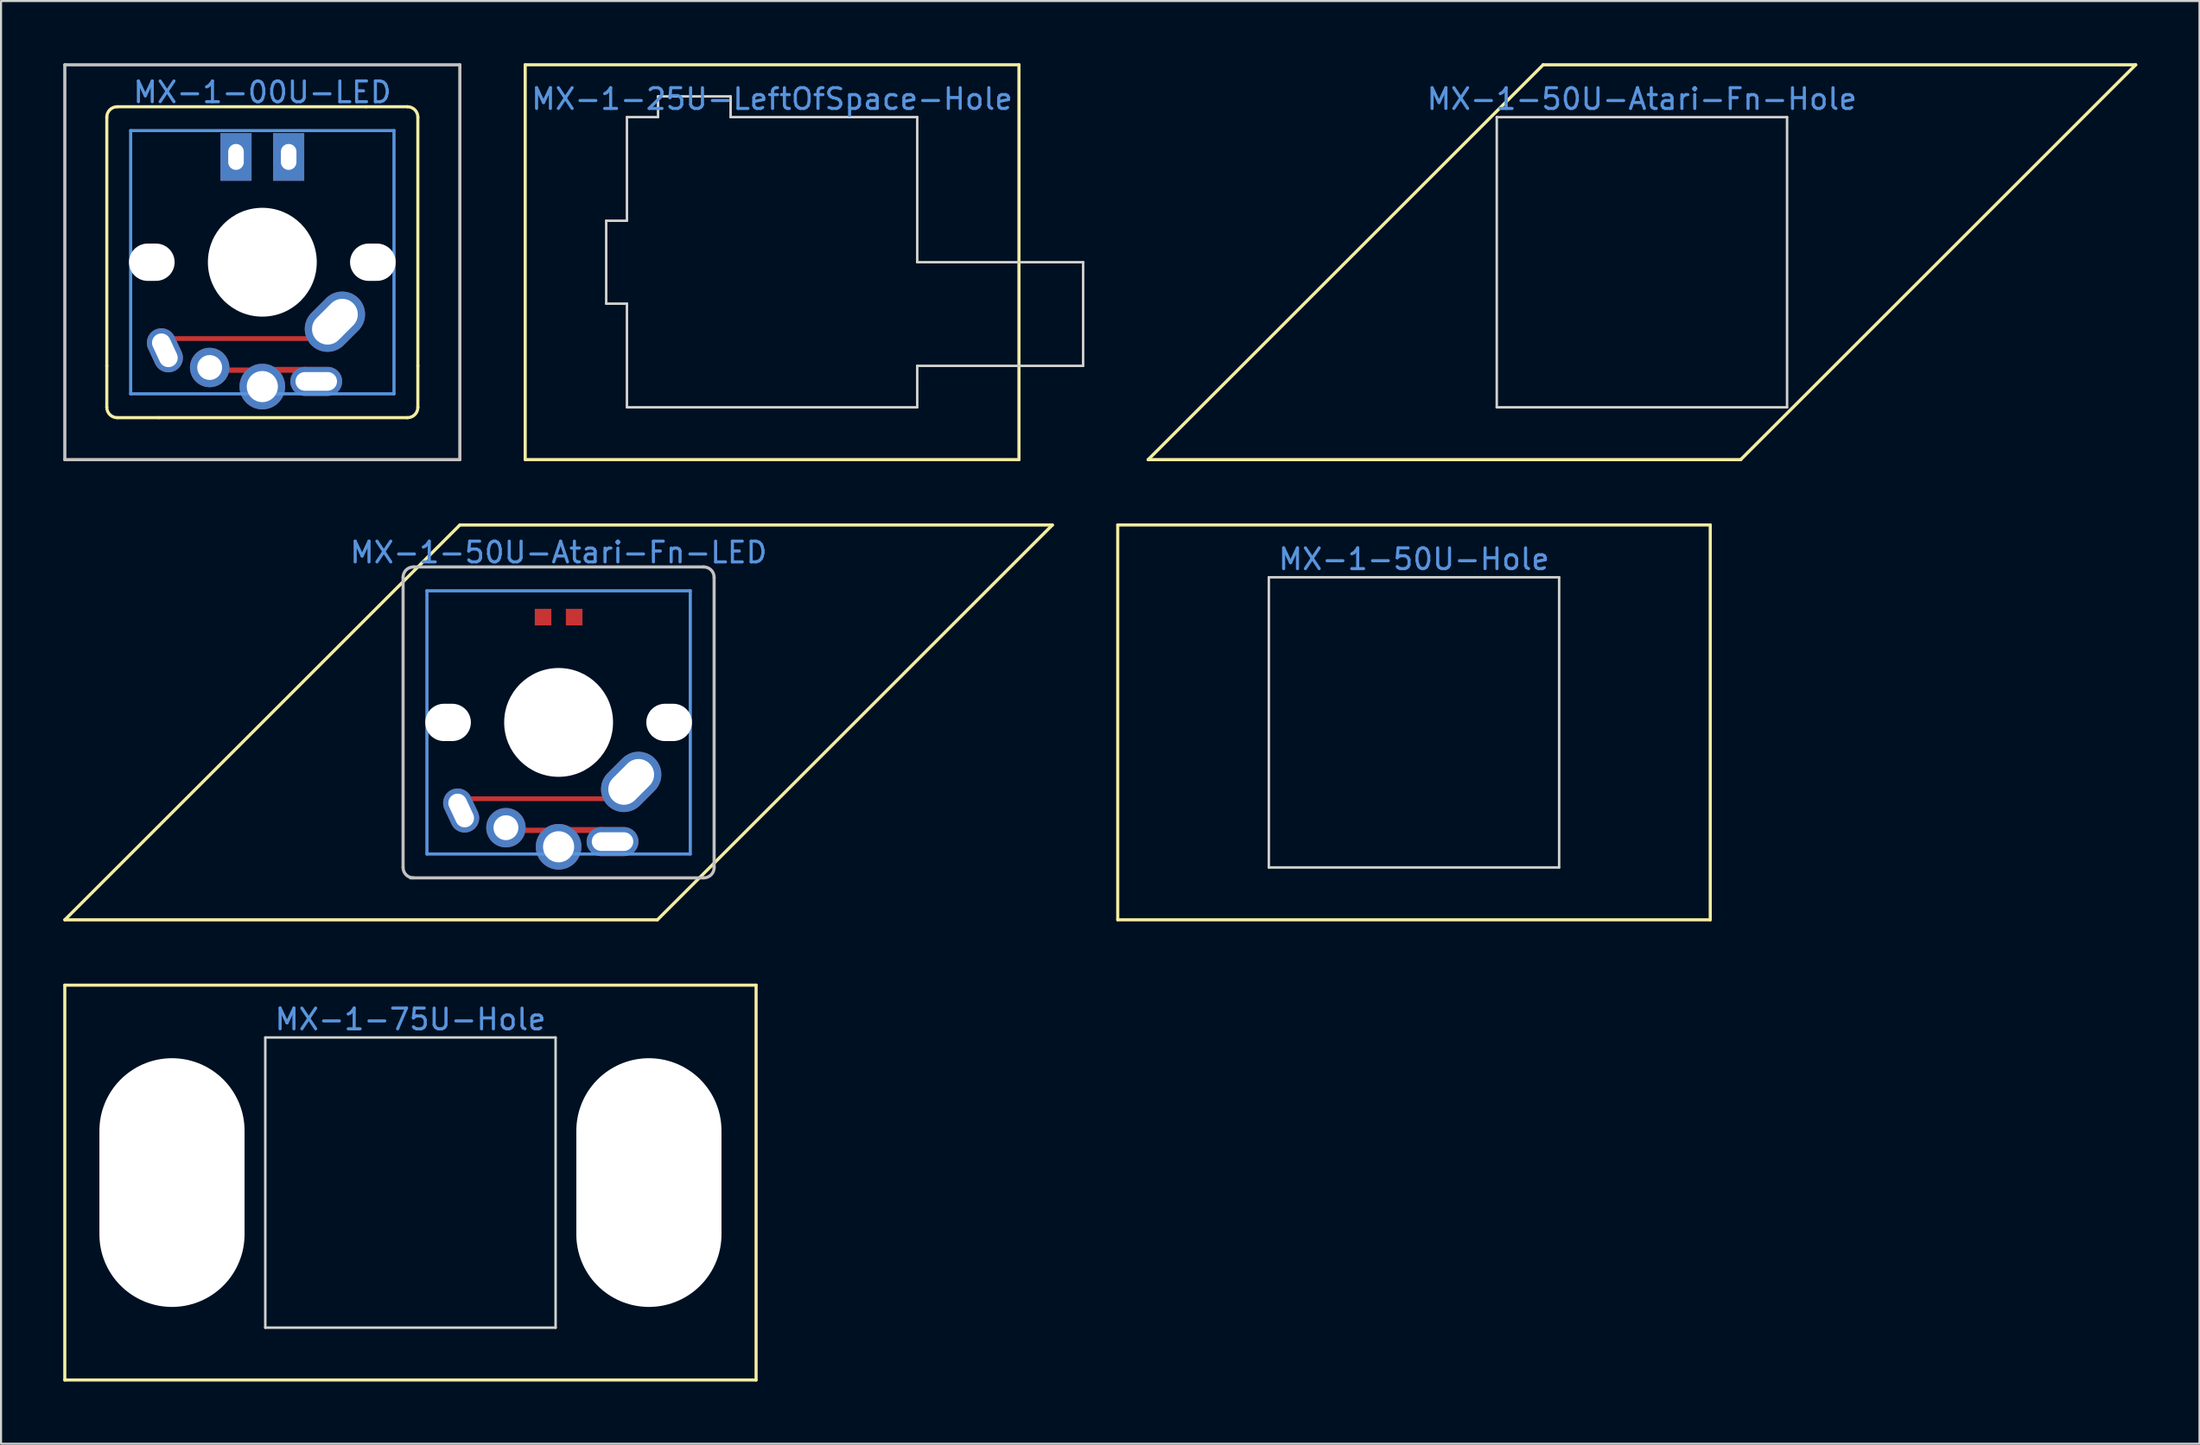
<source format=kicad_pcb>
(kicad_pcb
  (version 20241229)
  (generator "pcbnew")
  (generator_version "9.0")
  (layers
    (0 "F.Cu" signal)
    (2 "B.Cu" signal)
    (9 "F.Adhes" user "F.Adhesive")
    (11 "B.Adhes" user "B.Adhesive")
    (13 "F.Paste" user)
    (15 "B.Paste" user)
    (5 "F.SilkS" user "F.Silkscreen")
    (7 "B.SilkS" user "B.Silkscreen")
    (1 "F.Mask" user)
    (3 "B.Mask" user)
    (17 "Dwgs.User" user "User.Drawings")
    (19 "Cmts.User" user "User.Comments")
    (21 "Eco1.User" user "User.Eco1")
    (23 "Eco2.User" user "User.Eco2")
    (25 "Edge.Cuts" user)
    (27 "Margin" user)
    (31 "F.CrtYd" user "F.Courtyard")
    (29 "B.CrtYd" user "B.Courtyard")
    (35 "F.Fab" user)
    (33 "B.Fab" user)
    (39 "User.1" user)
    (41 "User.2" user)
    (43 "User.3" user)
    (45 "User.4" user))
  (footprint "MX-1-50U-Atari-Fn-LED"
    (layer "F.Cu")
    (at 23.889 31.804)
    (property "Reference" "MX-1-50U-Atari-Fn-LED" (at 0 -8.2 0) (layer "Cmts.User") (effects (font (size 1 1) (thickness 0.15))))
    (attr through_hole)
    (fp_line (start -23.812 9.525) (end -4.763 -9.525) (stroke (width 0.152) (type solid)) (layer "F.SilkS"))
    (fp_line (start -4.763 -9.525) (end 23.812 -9.525) (stroke (width 0.152) (type solid)) (layer "F.SilkS"))
    (fp_line (start 4.763 9.525) (end -23.812 9.525) (stroke (width 0.152) (type solid)) (layer "F.SilkS"))
    (fp_line (start 23.812 -9.525) (end 4.763 9.525) (stroke (width 0.152) (type solid)) (layer "F.SilkS"))
    (fp_line (start -7.5 -7) (end -7.5 7) (stroke (width 0.15) (type solid)) (layer "Dwgs.User"))
    (fp_line (start -7 -7.5) (end 7 -7.5) (stroke (width 0.15) (type solid)) (layer "Dwgs.User"))
    (fp_line (start 7 7.5) (end -7.144 7.5) (stroke (width 0.15) (type solid)) (layer "Dwgs.User"))
    (fp_line (start 7.5 -7) (end 7.5 7) (stroke (width 0.15) (type solid)) (layer "Dwgs.User"))
    (fp_arc (start -7.5 -7) (mid -7.353553 -7.353553) (end -7 -7.5) (stroke (width 0.15) (type solid)) (layer "Dwgs.User"))
    (fp_arc (start -7 7.5) (mid -7.353553 7.353553) (end -7.5 7) (stroke (width 0.15) (type solid)) (layer "Dwgs.User"))
    (fp_arc (start 7 -7.5) (mid 7.353553 -7.353553) (end 7.5 -7) (stroke (width 0.15) (type solid)) (layer "Dwgs.User"))
    (fp_arc (start 7.5 7) (mid 7.353553 7.353553) (end 7 7.5) (stroke (width 0.15) (type solid)) (layer "Dwgs.User"))
    (fp_line (start -6.35 -6.35) (end 6.35 -6.35) (stroke (width 0.152) (type solid)) (layer "Cmts.User"))
    (fp_line (start -6.35 6.35) (end -6.35 -6.35) (stroke (width 0.152) (type solid)) (layer "Cmts.User"))
    (fp_line (start 6.35 -6.35) (end 6.35 6.35) (stroke (width 0.152) (type solid)) (layer "Cmts.User"))
    (fp_line (start 6.35 6.35) (end -6.35 6.35) (stroke (width 0.152) (type solid)) (layer "Cmts.User"))
    (fp_line (start -7.798 -6.005) (end -6.985 -6.005) (stroke (width 0.152) (type solid)) (layer "Eco2.User"))
    (fp_line (start -7.798 -2.504) (end -7.798 -6.005) (stroke (width 0.152) (type solid)) (layer "Eco2.User"))
    (fp_line (start -7.798 2.504) (end -6.985 2.504) (stroke (width 0.152) (type solid)) (layer "Eco2.User"))
    (fp_line (start -7.798 6.005) (end -7.798 2.504) (stroke (width 0.152) (type solid)) (layer "Eco2.User"))
    (fp_line (start -6.985 -6.985) (end 6.985 -6.985) (stroke (width 0.152) (type solid)) (layer "Eco2.User"))
    (fp_line (start -6.985 -6.005) (end -6.985 -6.985) (stroke (width 0.152) (type solid)) (layer "Eco2.User"))
    (fp_line (start -6.985 -2.504) (end -7.798 -2.504) (stroke (width 0.152) (type solid)) (layer "Eco2.User"))
    (fp_line (start -6.985 2.504) (end -6.985 -2.504) (stroke (width 0.152) (type solid)) (layer "Eco2.User"))
    (fp_line (start -6.985 6.005) (end -7.798 6.005) (stroke (width 0.152) (type solid)) (layer "Eco2.User"))
    (fp_line (start -6.985 6.985) (end -6.985 6.005) (stroke (width 0.152) (type solid)) (layer "Eco2.User"))
    (fp_line (start 6.985 -6.985) (end 6.985 -6.005) (stroke (width 0.152) (type solid)) (layer "Eco2.User"))
    (fp_line (start 6.985 -6.005) (end 7.798 -6.005) (stroke (width 0.152) (type solid)) (layer "Eco2.User"))
    (fp_line (start 6.985 -2.504) (end 6.985 2.504) (stroke (width 0.152) (type solid)) (layer "Eco2.User"))
    (fp_line (start 6.985 2.504) (end 7.798 2.504) (stroke (width 0.152) (type solid)) (layer "Eco2.User"))
    (fp_line (start 6.985 6.005) (end 6.985 6.985) (stroke (width 0.152) (type solid)) (layer "Eco2.User"))
    (fp_line (start 6.985 6.985) (end -6.985 6.985) (stroke (width 0.152) (type solid)) (layer "Eco2.User"))
    (fp_line (start 7.798 -6.005) (end 7.798 -2.504) (stroke (width 0.152) (type solid)) (layer "Eco2.User"))
    (fp_line (start 7.798 -2.504) (end 6.985 -2.504) (stroke (width 0.152) (type solid)) (layer "Eco2.User"))
    (fp_line (start 7.798 2.504) (end 7.798 6.005) (stroke (width 0.152) (type solid)) (layer "Eco2.User"))
    (fp_line (start 7.798 6.005) (end 6.985 6.005) (stroke (width 0.152) (type solid)) (layer "Eco2.User"))
    (pad "" np_thru_hole oval (at -5.33 0 270) (size 1.8 2.2) (drill oval 1.8 2.2) (layers "*.Cu" "*.Mask"))
    (pad "" np_thru_hole circle (at 0 0 180) (size 5.25 5.25) (drill 5.25) (layers "*.Cu" "*.Mask"))
    (pad "" np_thru_hole oval (at 5.33 0 270) (size 1.8 2.2) (drill oval 1.8 2.2) (layers "*.Cu" "*.Mask"))
    (pad "1" thru_hole oval (at -4.7 4.25 205) (size 1.4 2.2) (drill oval 0.9 1.7) (layers "*.Cu" "*.Mask"))
    (pad "1" smd rect (at -1.219 3.683 270) (size 0.229 6.833) (layers "F.Cu" "F.Mask" "F.Paste"))
    (pad "1" thru_hole oval (at 3.5 2.87 225) (size 3.2 2.2) (drill oval 2.5 1.5) (layers "*.Cu" "*.Mask"))
    (pad "2" thru_hole circle (at -2.54 5.08 90) (size 1.9 1.9) (drill 1.2) (layers "*.Cu" "*.Mask"))
    (pad "2" smd rect (at -1.27 5.207 270) (size 0.254 1.312) (layers "F.Cu" "F.Mask" "F.Paste"))
    (pad "2" thru_hole circle (at 0 6 90) (size 2.2 2.2) (drill 1.5) (layers "*.Cu" "*.Mask"))
    (pad "2" smd rect (at 1.26 5.192 270) (size 0.284 1.758) (layers "F.Cu" "F.Mask" "F.Paste"))
    (pad "2" thru_hole oval (at 2.6 5.75 270) (size 1.4 2.5) (drill oval 0.9 2) (layers "*.Cu" "*.Mask"))
    (pad "3" smd rect (at 0.75 -5.08 90) (size 0.8 0.8) (layers "F.Cu" "F.Mask" "F.Paste"))
    (pad "4" smd rect (at -0.75 -5.08 90) (size 0.8 0.8) (layers "F.Cu" "F.Mask" "F.Paste")))
  (footprint "MX-1-25U-LeftOfSpace-Hole"
    (layer "F.Cu")
    (at 34.184 9.6)
    (property "Reference" "MX-1-25U-LeftOfSpace-Hole" (at 0 -7.874 0) (layer "Cmts.User") (effects (font (size 1 1) (thickness 0.15))))
    (attr through_hole)
    (fp_line (start -11.906 -9.525) (end 11.906 -9.525) (stroke (width 0.15) (type solid)) (layer "F.SilkS"))
    (fp_line (start -11.906 9.525) (end -11.906 -9.525) (stroke (width 0.15) (type solid)) (layer "F.SilkS"))
    (fp_line (start 11.906 -9.525) (end 11.906 9.525) (stroke (width 0.15) (type solid)) (layer "F.SilkS"))
    (fp_line (start 11.906 9.525) (end -11.906 9.525) (stroke (width 0.15) (type solid)) (layer "F.SilkS"))
    (fp_line (start -8 -2) (end -8 2) (stroke (width 0.12) (type solid)) (layer "Edge.Cuts"))
    (fp_line (start -7 -7) (end -7 -2) (stroke (width 0.12) (type solid)) (layer "Edge.Cuts"))
    (fp_line (start -7 -7) (end -5.5 -7) (stroke (width 0.12) (type solid)) (layer "Edge.Cuts"))
    (fp_line (start -7 -2) (end -8 -2) (stroke (width 0.12) (type solid)) (layer "Edge.Cuts"))
    (fp_line (start -7 2) (end -8 2) (stroke (width 0.12) (type solid)) (layer "Edge.Cuts"))
    (fp_line (start -7 2) (end -7 7) (stroke (width 0.12) (type solid)) (layer "Edge.Cuts"))
    (fp_line (start -7 7) (end 7 7) (stroke (width 0.12) (type solid)) (layer "Edge.Cuts"))
    (fp_line (start -5.5 -8) (end -5.5 -7) (stroke (width 0.12) (type solid)) (layer "Edge.Cuts"))
    (fp_line (start -5.5 -8) (end -2 -8) (stroke (width 0.12) (type solid)) (layer "Edge.Cuts"))
    (fp_line (start -2 -8) (end -2 -7) (stroke (width 0.12) (type solid)) (layer "Edge.Cuts"))
    (fp_line (start -2 -7) (end 7 -7) (stroke (width 0.12) (type solid)) (layer "Edge.Cuts"))
    (fp_line (start 7 -7) (end 7 0) (stroke (width 0.12) (type solid)) (layer "Edge.Cuts"))
    (fp_line (start 7 0) (end 15 0) (stroke (width 0.12) (type solid)) (layer "Edge.Cuts"))
    (fp_line (start 7 5) (end 7 7) (stroke (width 0.12) (type solid)) (layer "Edge.Cuts"))
    (fp_line (start 15 0) (end 15 5) (stroke (width 0.12) (type solid)) (layer "Edge.Cuts"))
    (fp_line (start 15 5) (end 7 5) (stroke (width 0.12) (type solid)) (layer "Edge.Cuts")))
  (footprint "MX-1-00U-LED"
    (layer "F.Cu")
    (at 9.601 9.601)
    (property "Reference" "MX-1-00U-LED" (at 0 -8.2 0) (layer "Cmts.User") (effects (font (size 1 1) (thickness 0.15))))
    (attr through_hole)
    (fp_line (start -7.5 -7) (end -7.5 5) (stroke (width 0.15) (type solid)) (layer "F.SilkS"))
    (fp_line (start -7.5 7) (end -7.5 5) (stroke (width 0.15) (type solid)) (layer "F.SilkS"))
    (fp_line (start -7 -7.5) (end 5 -7.5) (stroke (width 0.15) (type solid)) (layer "F.SilkS"))
    (fp_line (start -7 7.5) (end -5 7.5) (stroke (width 0.15) (type solid)) (layer "F.SilkS"))
    (fp_line (start 7 -7.5) (end 5 -7.5) (stroke (width 0.15) (type solid)) (layer "F.SilkS"))
    (fp_line (start 7 7.5) (end -5 7.5) (stroke (width 0.15) (type solid)) (layer "F.SilkS"))
    (fp_line (start 7.5 -7) (end 7.5 5) (stroke (width 0.15) (type solid)) (layer "F.SilkS"))
    (fp_line (start 7.5 7) (end 7.5 5) (stroke (width 0.15) (type solid)) (layer "F.SilkS"))
    (fp_arc (start -7.5 -7) (mid -7.353553 -7.353553) (end -7 -7.5) (stroke (width 0.15) (type solid)) (layer "F.SilkS"))
    (fp_arc (start -7 7.5) (mid -7.353553 7.353553) (end -7.5 7) (stroke (width 0.15) (type solid)) (layer "F.SilkS"))
    (fp_arc (start 7 -7.5) (mid 7.353553 -7.353553) (end 7.5 -7) (stroke (width 0.15) (type solid)) (layer "F.SilkS"))
    (fp_arc (start 7.5 7) (mid 7.353553 7.353553) (end 7 7.5) (stroke (width 0.15) (type solid)) (layer "F.SilkS"))
    (fp_line (start -9.525 -9.525) (end 9.525 -9.525) (stroke (width 0.152) (type solid)) (layer "Dwgs.User"))
    (fp_line (start -9.525 9.525) (end -9.525 -9.525) (stroke (width 0.152) (type solid)) (layer "Dwgs.User"))
    (fp_line (start 9.525 -9.525) (end 9.525 9.525) (stroke (width 0.152) (type solid)) (layer "Dwgs.User"))
    (fp_line (start 9.525 9.525) (end -9.525 9.525) (stroke (width 0.152) (type solid)) (layer "Dwgs.User"))
    (fp_line (start -6.35 -6.35) (end 6.35 -6.35) (stroke (width 0.152) (type solid)) (layer "Cmts.User"))
    (fp_line (start -6.35 6.35) (end -6.35 -6.35) (stroke (width 0.152) (type solid)) (layer "Cmts.User"))
    (fp_line (start 6.35 -6.35) (end 6.35 6.35) (stroke (width 0.152) (type solid)) (layer "Cmts.User"))
    (fp_line (start 6.35 6.35) (end -6.35 6.35) (stroke (width 0.152) (type solid)) (layer "Cmts.User"))
    (fp_line (start -7.798 -6.005) (end -6.985 -6.005) (stroke (width 0.152) (type solid)) (layer "Eco2.User"))
    (fp_line (start -7.798 -2.504) (end -7.798 -6.005) (stroke (width 0.152) (type solid)) (layer "Eco2.User"))
    (fp_line (start -7.798 2.504) (end -6.985 2.504) (stroke (width 0.152) (type solid)) (layer "Eco2.User"))
    (fp_line (start -7.798 6.005) (end -7.798 2.504) (stroke (width 0.152) (type solid)) (layer "Eco2.User"))
    (fp_line (start -6.985 -6.985) (end 6.985 -6.985) (stroke (width 0.152) (type solid)) (layer "Eco2.User"))
    (fp_line (start -6.985 -6.005) (end -6.985 -6.985) (stroke (width 0.152) (type solid)) (layer "Eco2.User"))
    (fp_line (start -6.985 -2.504) (end -7.798 -2.504) (stroke (width 0.152) (type solid)) (layer "Eco2.User"))
    (fp_line (start -6.985 2.504) (end -6.985 -2.504) (stroke (width 0.152) (type solid)) (layer "Eco2.User"))
    (fp_line (start -6.985 6.005) (end -7.798 6.005) (stroke (width 0.152) (type solid)) (layer "Eco2.User"))
    (fp_line (start -6.985 6.985) (end -6.985 6.005) (stroke (width 0.152) (type solid)) (layer "Eco2.User"))
    (fp_line (start 6.985 -6.985) (end 6.985 -6.005) (stroke (width 0.152) (type solid)) (layer "Eco2.User"))
    (fp_line (start 6.985 -6.005) (end 7.798 -6.005) (stroke (width 0.152) (type solid)) (layer "Eco2.User"))
    (fp_line (start 6.985 -2.504) (end 6.985 2.504) (stroke (width 0.152) (type solid)) (layer "Eco2.User"))
    (fp_line (start 6.985 2.504) (end 7.798 2.504) (stroke (width 0.152) (type solid)) (layer "Eco2.User"))
    (fp_line (start 6.985 6.005) (end 6.985 6.985) (stroke (width 0.152) (type solid)) (layer "Eco2.User"))
    (fp_line (start 6.985 6.985) (end -6.985 6.985) (stroke (width 0.152) (type solid)) (layer "Eco2.User"))
    (fp_line (start 7.798 -6.005) (end 7.798 -2.504) (stroke (width 0.152) (type solid)) (layer "Eco2.User"))
    (fp_line (start 7.798 -2.504) (end 6.985 -2.504) (stroke (width 0.152) (type solid)) (layer "Eco2.User"))
    (fp_line (start 7.798 2.504) (end 7.798 6.005) (stroke (width 0.152) (type solid)) (layer "Eco2.User"))
    (fp_line (start 7.798 6.005) (end 6.985 6.005) (stroke (width 0.152) (type solid)) (layer "Eco2.User"))
    (pad "" np_thru_hole oval (at -5.33 0 270) (size 1.8 2.2) (drill oval 1.8 2.2) (layers "*.Cu" "*.Mask"))
    (pad "" np_thru_hole circle (at 0 0 180) (size 5.25 5.25) (drill 5.25) (layers "*.Cu" "*.Mask"))
    (pad "" np_thru_hole oval (at 5.33 0 270) (size 1.8 2.2) (drill oval 1.8 2.2) (layers "*.Cu" "*.Mask"))
    (pad "1" thru_hole oval (at -4.7 4.25 205) (size 1.4 2.2) (drill oval 0.9 1.7) (layers "*.Cu" "*.Mask"))
    (pad "1" smd rect (at -1.219 3.683 270) (size 0.229 6.833) (layers "F.Cu" "F.Mask" "F.Paste"))
    (pad "1" thru_hole oval (at 3.5 2.87 225) (size 3.2 2.2) (drill oval 2.5 1.5) (layers "*.Cu" "*.Mask"))
    (pad "2" thru_hole circle (at -2.54 5.08 90) (size 1.9 1.9) (drill 1.2) (layers "*.Cu" "*.Mask"))
    (pad "2" smd rect (at -1.27 5.207 270) (size 0.254 1.312) (layers "F.Cu" "F.Mask" "F.Paste"))
    (pad "2" thru_hole circle (at 0 6 90) (size 2.2 2.2) (drill 1.5) (layers "*.Cu" "*.Mask"))
    (pad "2" smd rect (at 1.26 5.192 270) (size 0.284 1.758) (layers "F.Cu" "F.Mask" "F.Paste"))
    (pad "2" thru_hole oval (at 2.6 5.75 270) (size 1.4 2.5) (drill oval 0.9 2) (layers "*.Cu" "*.Mask"))
    (pad "3" thru_hole rect (at 1.27 -5.08 90) (size 2.3 1.5) (drill oval 1.25 0.75) (layers "*.Cu" "*.Mask"))
    (pad "4" thru_hole rect (at -1.27 -5.08 90) (size 2.3 1.5) (drill oval 1.25 0.75) (layers "*.Cu" "*.Mask")))
  (footprint "MX-1-50U-Atari-Fn-Hole"
    (layer "F.Cu")
    (at 76.132 9.601)
    (property "Reference" "MX-1-50U-Atari-Fn-Hole" (at 0 -7.874 0) (layer "Cmts.User") (effects (font (size 1 1) (thickness 0.15))))
    (attr through_hole)
    (fp_line (start -23.812 9.525) (end -4.763 -9.525) (stroke (width 0.152) (type solid)) (layer "F.SilkS"))
    (fp_line (start -4.763 -9.525) (end 23.812 -9.525) (stroke (width 0.152) (type solid)) (layer "F.SilkS"))
    (fp_line (start 4.763 9.525) (end -23.812 9.525) (stroke (width 0.152) (type solid)) (layer "F.SilkS"))
    (fp_line (start 23.812 -9.525) (end 4.763 9.525) (stroke (width 0.152) (type solid)) (layer "F.SilkS"))
    (fp_line (start -7 -7) (end -7 7) (stroke (width 0.12) (type solid)) (layer "Edge.Cuts"))
    (fp_line (start -7 -7) (end 7 -7) (stroke (width 0.12) (type solid)) (layer "Edge.Cuts"))
    (fp_line (start -7 7) (end 7 7) (stroke (width 0.12) (type solid)) (layer "Edge.Cuts"))
    (fp_line (start 7 -7) (end 7 7) (stroke (width 0.12) (type solid)) (layer "Edge.Cuts")))
  (footprint "MX-1-75U-Hole"
    (layer "F.Cu")
    (at 16.744 54.005)
    (property "Reference" "MX-1-75U-Hole" (at 0 -7.874 0) (layer "Cmts.User") (effects (font (size 1 1) (thickness 0.15))))
    (attr through_hole)
    (fp_line (start -16.669 -9.525) (end 16.669 -9.525) (stroke (width 0.15) (type solid)) (layer "F.SilkS"))
    (fp_line (start -16.669 9.525) (end -16.669 -9.525) (stroke (width 0.15) (type solid)) (layer "F.SilkS"))
    (fp_line (start 16.669 -9.525) (end 16.669 9.525) (stroke (width 0.15) (type solid)) (layer "F.SilkS"))
    (fp_line (start 16.669 9.525) (end -16.669 9.525) (stroke (width 0.15) (type solid)) (layer "F.SilkS"))
    (fp_line (start -14 1.2) (end -14 3.5) (stroke (width 0.12) (type solid)) (layer "Dwgs.User"))
    (fp_line (start -14 1.2) (end -9 1.2) (stroke (width 0.12) (type solid)) (layer "Dwgs.User"))
    (fp_line (start -14 3.5) (end -9 3.5) (stroke (width 0.12) (type solid)) (layer "Dwgs.User"))
    (fp_line (start -12 1) (end -12 -5) (stroke (width 0.12) (type solid)) (layer "Dwgs.User"))
    (fp_line (start -12 1) (end -11 1) (stroke (width 0.12) (type solid)) (layer "Dwgs.User"))
    (fp_line (start -11 -5) (end -12 -5) (stroke (width 0.12) (type solid)) (layer "Dwgs.User"))
    (fp_line (start -11 1) (end -11 -5) (stroke (width 0.12) (type solid)) (layer "Dwgs.User"))
    (fp_line (start -9 1.2) (end -9 3.5) (stroke (width 0.12) (type solid)) (layer "Dwgs.User"))
    (fp_line (start 9 1.2) (end 9 3.5) (stroke (width 0.12) (type solid)) (layer "Dwgs.User"))
    (fp_line (start 9 1.2) (end 14 1.2) (stroke (width 0.12) (type solid)) (layer "Dwgs.User"))
    (fp_line (start 9 3.5) (end 14 3.5) (stroke (width 0.12) (type solid)) (layer "Dwgs.User"))
    (fp_line (start 11 1) (end 11 -5) (stroke (width 0.12) (type solid)) (layer "Dwgs.User"))
    (fp_line (start 11 1) (end 12 1) (stroke (width 0.12) (type solid)) (layer "Dwgs.User"))
    (fp_line (start 12 -5) (end 11 -5) (stroke (width 0.12) (type solid)) (layer "Dwgs.User"))
    (fp_line (start 12 1) (end 12 -5) (stroke (width 0.12) (type solid)) (layer "Dwgs.User"))
    (fp_line (start 14 1.2) (end 14 3.5) (stroke (width 0.12) (type solid)) (layer "Dwgs.User"))
    (fp_line (start -7 -7) (end -7 7) (stroke (width 0.12) (type solid)) (layer "Edge.Cuts"))
    (fp_line (start -7 -7) (end 7 -7) (stroke (width 0.12) (type solid)) (layer "Edge.Cuts"))
    (fp_line (start -7 7) (end 7 7) (stroke (width 0.12) (type solid)) (layer "Edge.Cuts"))
    (fp_line (start 7 -7) (end 7 7) (stroke (width 0.12) (type solid)) (layer "Edge.Cuts"))
    (pad "" np_thru_hole oval (at -11.5 0) (size 7 12) (drill oval 7 12) (layers "*.Cu" "*.Mask"))
    (pad "" np_thru_hole oval (at 11.5 0) (size 7 12) (drill oval 7 12) (layers "*.Cu" "*.Mask")))
  (footprint "MX-1-50U-Hole"
    (layer "F.Cu")
    (at 65.14 31.802)
    (property "Reference" "MX-1-50U-Hole" (at 0 -7.874 0) (layer "Cmts.User") (effects (font (size 1 1) (thickness 0.15))))
    (attr through_hole)
    (fp_line (start -14.287 -9.525) (end 14.287 -9.525) (stroke (width 0.15) (type solid)) (layer "F.SilkS"))
    (fp_line (start -14.287 9.525) (end -14.287 -9.525) (stroke (width 0.15) (type solid)) (layer "F.SilkS"))
    (fp_line (start 14.287 -9.525) (end 14.287 9.525) (stroke (width 0.15) (type solid)) (layer "F.SilkS"))
    (fp_line (start 14.287 9.525) (end -14.287 9.525) (stroke (width 0.15) (type solid)) (layer "F.SilkS"))
    (fp_line (start -7 -7) (end -7 7) (stroke (width 0.12) (type solid)) (layer "Edge.Cuts"))
    (fp_line (start -7 -7) (end 7 -7) (stroke (width 0.12) (type solid)) (layer "Edge.Cuts"))
    (fp_line (start -7 7) (end 7 7) (stroke (width 0.12) (type solid)) (layer "Edge.Cuts"))
    (fp_line (start 7 -7) (end 7 7) (stroke (width 0.12) (type solid)) (layer "Edge.Cuts")))
  (gr_rect
    (start -3 -3)
    (end 103.021 66.605)
    (stroke (width 0.1) (type default))
    (fill no)
    (layer "Edge.Cuts")))
</source>
